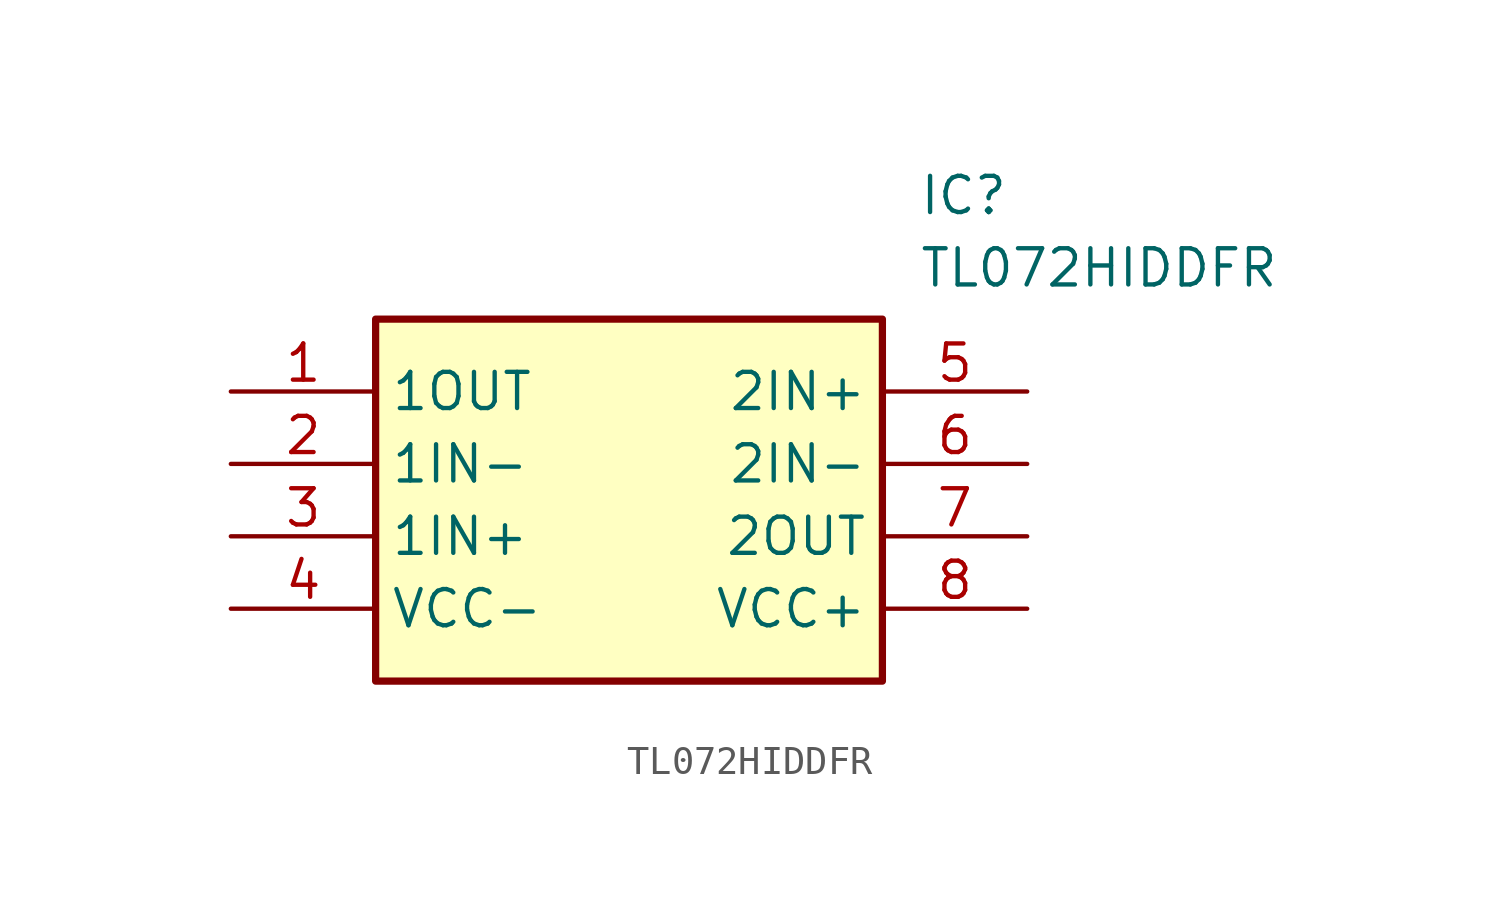
<source format=kicad_sym>
(kicad_symbol_lib
  (version 20211014)
  (generator SamacSys_ECAD_Model)
  (symbol "TL072HIDDFR"
    (property "Reference" "IC"
      (at 24.13 7.62 0)
      (effects (font (size 1.27 1.27)) (justify left top)))
    (property "Value" "TL072HIDDFR"
      (at 24.13 5.08 0)
      (effects (font (size 1.27 1.27)) (justify left top)))
    (rectangle
      (start 5.08 2.54)
      (end 22.86 -10.16)
      (stroke (width 0.254) (type default))
      (fill (type background)))
    (pin passive line
      (at 0 0 0)
      (length 5.08)
      (name "1OUT" (effects (font (size 1.27 1.27))))
      (number "1" (effects (font (size 1.27 1.27)))))
    (pin passive line
      (at 0 -2.54 0)
      (length 5.08)
      (name "1IN-" (effects (font (size 1.27 1.27))))
      (number "2" (effects (font (size 1.27 1.27)))))
    (pin passive line
      (at 0 -5.08 0)
      (length 5.08)
      (name "1IN+" (effects (font (size 1.27 1.27))))
      (number "3" (effects (font (size 1.27 1.27)))))
    (pin passive line
      (at 0 -7.62 0)
      (length 5.08)
      (name "VCC-" (effects (font (size 1.27 1.27))))
      (number "4" (effects (font (size 1.27 1.27)))))
    (pin passive line
      (at 27.94 0 180)
      (length 5.08)
      (name "2IN+" (effects (font (size 1.27 1.27))))
      (number "5" (effects (font (size 1.27 1.27)))))
    (pin passive line
      (at 27.94 -2.54 180)
      (length 5.08)
      (name "2IN-" (effects (font (size 1.27 1.27))))
      (number "6" (effects (font (size 1.27 1.27)))))
    (pin passive line
      (at 27.94 -5.08 180)
      (length 5.08)
      (name "2OUT" (effects (font (size 1.27 1.27))))
      (number "7" (effects (font (size 1.27 1.27)))))
    (pin passive line
      (at 27.94 -7.62 180)
      (length 5.08)
      (name "VCC+" (effects (font (size 1.27 1.27))))
      (number "8" (effects (font (size 1.27 1.27)))))))
</source>
